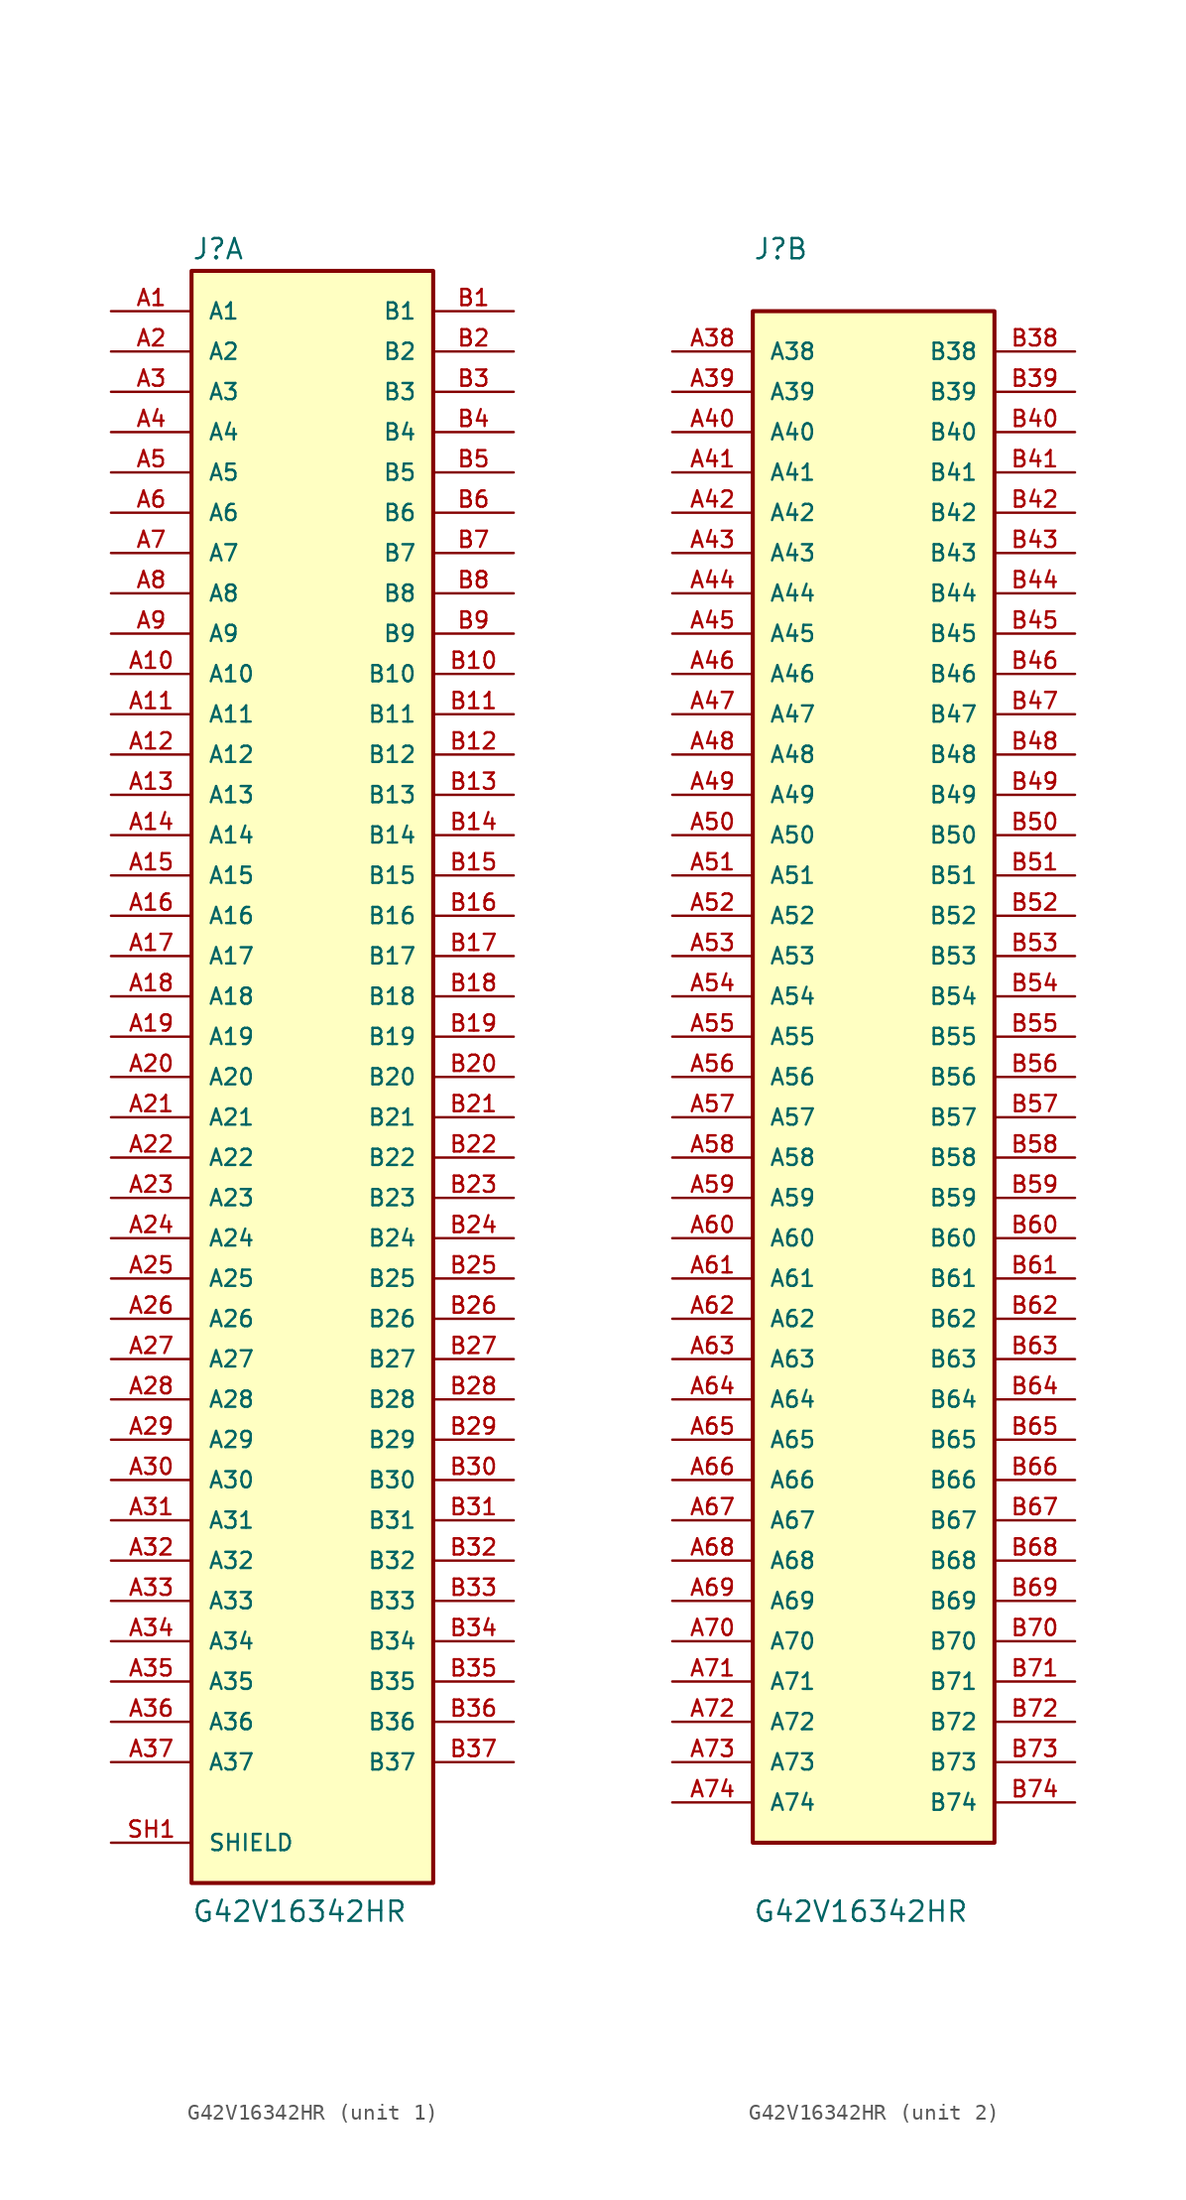
<source format=kicad_sym>
(kicad_symbol_lib
  (version 20211014)
  (generator kicad_symbol_editor)
  (symbol "G42V16342HR"
    (pin_names
      (offset 1.016))
    (property "Reference" "J"
      (at -7.62 51.435 0)
      (effects (font (size 1.27 1.27)) (justify bottom left)))
    (property "Value" "G42V16342HR"
      (at -7.62 -53.34 0)
      (effects (font (size 1.27 1.27)) (justify bottom left)))
    (symbol "G42V16342HR_1_0"
      (rectangle (start -7.62 -50.8) (end 7.62 50.8) (stroke (width 0.254)) (fill (type background)))
      (pin passive line (at -12.7 48.26 0) (length 5.08) (name "A1" (effects (font (size 1.016 1.016)))) (number "A1" (effects (font (size 1.016 1.016)))))
      (pin passive line (at 12.7 48.26 180.0) (length 5.08) (name "B1" (effects (font (size 1.016 1.016)))) (number "B1" (effects (font (size 1.016 1.016)))))
      (pin passive line (at -12.7 45.72 0) (length 5.08) (name "A2" (effects (font (size 1.016 1.016)))) (number "A2" (effects (font (size 1.016 1.016)))))
      (pin passive line (at -12.7 43.18 0) (length 5.08) (name "A3" (effects (font (size 1.016 1.016)))) (number "A3" (effects (font (size 1.016 1.016)))))
      (pin passive line (at -12.7 40.64 0) (length 5.08) (name "A4" (effects (font (size 1.016 1.016)))) (number "A4" (effects (font (size 1.016 1.016)))))
      (pin passive line (at -12.7 38.1 0) (length 5.08) (name "A5" (effects (font (size 1.016 1.016)))) (number "A5" (effects (font (size 1.016 1.016)))))
      (pin passive line (at -12.7 35.56 0) (length 5.08) (name "A6" (effects (font (size 1.016 1.016)))) (number "A6" (effects (font (size 1.016 1.016)))))
      (pin passive line (at -12.7 33.02 0) (length 5.08) (name "A7" (effects (font (size 1.016 1.016)))) (number "A7" (effects (font (size 1.016 1.016)))))
      (pin passive line (at -12.7 30.48 0) (length 5.08) (name "A8" (effects (font (size 1.016 1.016)))) (number "A8" (effects (font (size 1.016 1.016)))))
      (pin passive line (at -12.7 27.94 0) (length 5.08) (name "A9" (effects (font (size 1.016 1.016)))) (number "A9" (effects (font (size 1.016 1.016)))))
      (pin passive line (at -12.7 25.4 0) (length 5.08) (name "A10" (effects (font (size 1.016 1.016)))) (number "A10" (effects (font (size 1.016 1.016)))))
      (pin passive line (at -12.7 22.86 0) (length 5.08) (name "A11" (effects (font (size 1.016 1.016)))) (number "A11" (effects (font (size 1.016 1.016)))))
      (pin passive line (at -12.7 20.32 0) (length 5.08) (name "A12" (effects (font (size 1.016 1.016)))) (number "A12" (effects (font (size 1.016 1.016)))))
      (pin passive line (at -12.7 17.78 0) (length 5.08) (name "A13" (effects (font (size 1.016 1.016)))) (number "A13" (effects (font (size 1.016 1.016)))))
      (pin passive line (at -12.7 15.24 0) (length 5.08) (name "A14" (effects (font (size 1.016 1.016)))) (number "A14" (effects (font (size 1.016 1.016)))))
      (pin passive line (at -12.7 12.7 0) (length 5.08) (name "A15" (effects (font (size 1.016 1.016)))) (number "A15" (effects (font (size 1.016 1.016)))))
      (pin passive line (at -12.7 10.16 0) (length 5.08) (name "A16" (effects (font (size 1.016 1.016)))) (number "A16" (effects (font (size 1.016 1.016)))))
      (pin passive line (at -12.7 7.62 0) (length 5.08) (name "A17" (effects (font (size 1.016 1.016)))) (number "A17" (effects (font (size 1.016 1.016)))))
      (pin passive line (at -12.7 5.08 0) (length 5.08) (name "A18" (effects (font (size 1.016 1.016)))) (number "A18" (effects (font (size 1.016 1.016)))))
      (pin passive line (at -12.7 2.54 0) (length 5.08) (name "A19" (effects (font (size 1.016 1.016)))) (number "A19" (effects (font (size 1.016 1.016)))))
      (pin passive line (at -12.7 0.0 0) (length 5.08) (name "A20" (effects (font (size 1.016 1.016)))) (number "A20" (effects (font (size 1.016 1.016)))))
      (pin passive line (at -12.7 -2.54 0) (length 5.08) (name "A21" (effects (font (size 1.016 1.016)))) (number "A21" (effects (font (size 1.016 1.016)))))
      (pin passive line (at -12.7 -5.08 0) (length 5.08) (name "A22" (effects (font (size 1.016 1.016)))) (number "A22" (effects (font (size 1.016 1.016)))))
      (pin passive line (at -12.7 -7.62 0) (length 5.08) (name "A23" (effects (font (size 1.016 1.016)))) (number "A23" (effects (font (size 1.016 1.016)))))
      (pin passive line (at -12.7 -10.16 0) (length 5.08) (name "A24" (effects (font (size 1.016 1.016)))) (number "A24" (effects (font (size 1.016 1.016)))))
      (pin passive line (at -12.7 -12.7 0) (length 5.08) (name "A25" (effects (font (size 1.016 1.016)))) (number "A25" (effects (font (size 1.016 1.016)))))
      (pin passive line (at -12.7 -15.24 0) (length 5.08) (name "A26" (effects (font (size 1.016 1.016)))) (number "A26" (effects (font (size 1.016 1.016)))))
      (pin passive line (at -12.7 -17.78 0) (length 5.08) (name "A27" (effects (font (size 1.016 1.016)))) (number "A27" (effects (font (size 1.016 1.016)))))
      (pin passive line (at -12.7 -20.32 0) (length 5.08) (name "A28" (effects (font (size 1.016 1.016)))) (number "A28" (effects (font (size 1.016 1.016)))))
      (pin passive line (at 12.7 45.72 180.0) (length 5.08) (name "B2" (effects (font (size 1.016 1.016)))) (number "B2" (effects (font (size 1.016 1.016)))))
      (pin passive line (at 12.7 43.18 180.0) (length 5.08) (name "B3" (effects (font (size 1.016 1.016)))) (number "B3" (effects (font (size 1.016 1.016)))))
      (pin passive line (at 12.7 40.64 180.0) (length 5.08) (name "B4" (effects (font (size 1.016 1.016)))) (number "B4" (effects (font (size 1.016 1.016)))))
      (pin passive line (at 12.7 38.1 180.0) (length 5.08) (name "B5" (effects (font (size 1.016 1.016)))) (number "B5" (effects (font (size 1.016 1.016)))))
      (pin passive line (at 12.7 35.56 180.0) (length 5.08) (name "B6" (effects (font (size 1.016 1.016)))) (number "B6" (effects (font (size 1.016 1.016)))))
      (pin passive line (at 12.7 33.02 180.0) (length 5.08) (name "B7" (effects (font (size 1.016 1.016)))) (number "B7" (effects (font (size 1.016 1.016)))))
      (pin passive line (at 12.7 30.48 180.0) (length 5.08) (name "B8" (effects (font (size 1.016 1.016)))) (number "B8" (effects (font (size 1.016 1.016)))))
      (pin passive line (at 12.7 27.94 180.0) (length 5.08) (name "B9" (effects (font (size 1.016 1.016)))) (number "B9" (effects (font (size 1.016 1.016)))))
      (pin passive line (at 12.7 25.4 180.0) (length 5.08) (name "B10" (effects (font (size 1.016 1.016)))) (number "B10" (effects (font (size 1.016 1.016)))))
      (pin passive line (at 12.7 22.86 180.0) (length 5.08) (name "B11" (effects (font (size 1.016 1.016)))) (number "B11" (effects (font (size 1.016 1.016)))))
      (pin passive line (at 12.7 20.32 180.0) (length 5.08) (name "B12" (effects (font (size 1.016 1.016)))) (number "B12" (effects (font (size 1.016 1.016)))))
      (pin passive line (at 12.7 17.78 180.0) (length 5.08) (name "B13" (effects (font (size 1.016 1.016)))) (number "B13" (effects (font (size 1.016 1.016)))))
      (pin passive line (at 12.7 15.24 180.0) (length 5.08) (name "B14" (effects (font (size 1.016 1.016)))) (number "B14" (effects (font (size 1.016 1.016)))))
      (pin passive line (at 12.7 12.7 180.0) (length 5.08) (name "B15" (effects (font (size 1.016 1.016)))) (number "B15" (effects (font (size 1.016 1.016)))))
      (pin passive line (at 12.7 10.16 180.0) (length 5.08) (name "B16" (effects (font (size 1.016 1.016)))) (number "B16" (effects (font (size 1.016 1.016)))))
      (pin passive line (at 12.7 7.62 180.0) (length 5.08) (name "B17" (effects (font (size 1.016 1.016)))) (number "B17" (effects (font (size 1.016 1.016)))))
      (pin passive line (at 12.7 5.08 180.0) (length 5.08) (name "B18" (effects (font (size 1.016 1.016)))) (number "B18" (effects (font (size 1.016 1.016)))))
      (pin passive line (at 12.7 2.54 180.0) (length 5.08) (name "B19" (effects (font (size 1.016 1.016)))) (number "B19" (effects (font (size 1.016 1.016)))))
      (pin passive line (at 12.7 0.0 180.0) (length 5.08) (name "B20" (effects (font (size 1.016 1.016)))) (number "B20" (effects (font (size 1.016 1.016)))))
      (pin passive line (at 12.7 -2.54 180.0) (length 5.08) (name "B21" (effects (font (size 1.016 1.016)))) (number "B21" (effects (font (size 1.016 1.016)))))
      (pin passive line (at 12.7 -5.08 180.0) (length 5.08) (name "B22" (effects (font (size 1.016 1.016)))) (number "B22" (effects (font (size 1.016 1.016)))))
      (pin passive line (at 12.7 -7.62 180.0) (length 5.08) (name "B23" (effects (font (size 1.016 1.016)))) (number "B23" (effects (font (size 1.016 1.016)))))
      (pin passive line (at 12.7 -10.16 180.0) (length 5.08) (name "B24" (effects (font (size 1.016 1.016)))) (number "B24" (effects (font (size 1.016 1.016)))))
      (pin passive line (at 12.7 -12.7 180.0) (length 5.08) (name "B25" (effects (font (size 1.016 1.016)))) (number "B25" (effects (font (size 1.016 1.016)))))
      (pin passive line (at 12.7 -15.24 180.0) (length 5.08) (name "B26" (effects (font (size 1.016 1.016)))) (number "B26" (effects (font (size 1.016 1.016)))))
      (pin passive line (at 12.7 -17.78 180.0) (length 5.08) (name "B27" (effects (font (size 1.016 1.016)))) (number "B27" (effects (font (size 1.016 1.016)))))
      (pin passive line (at 12.7 -20.32 180.0) (length 5.08) (name "B28" (effects (font (size 1.016 1.016)))) (number "B28" (effects (font (size 1.016 1.016)))))
      (pin passive line (at -12.7 -48.26 0) (length 5.08) (name "SHIELD" (effects (font (size 1.016 1.016)))) (number "SH1" (effects (font (size 1.016 1.016)))))
      (pin passive line (at -12.7 -48.26 0) (length 5.08) hide (name "SHIELD" (effects (font (size 1.016 1.016)))) (number "SH2" (effects (font (size 1.016 1.016)))))
      (pin passive line (at -12.7 -48.26 0) (length 5.08) hide (name "SHIELD" (effects (font (size 1.016 1.016)))) (number "SH3" (effects (font (size 1.016 1.016)))))
      (pin passive line (at -12.7 -48.26 0) (length 5.08) hide (name "SHIELD" (effects (font (size 1.016 1.016)))) (number "SH4" (effects (font (size 1.016 1.016)))))
      (pin passive line (at -12.7 -48.26 0) (length 5.08) hide (name "SHIELD" (effects (font (size 1.016 1.016)))) (number "SH5" (effects (font (size 1.016 1.016)))))
      (pin passive line (at -12.7 -22.86 0) (length 5.08) (name "A29" (effects (font (size 1.016 1.016)))) (number "A29" (effects (font (size 1.016 1.016)))))
      (pin passive line (at -12.7 -25.4 0) (length 5.08) (name "A30" (effects (font (size 1.016 1.016)))) (number "A30" (effects (font (size 1.016 1.016)))))
      (pin passive line (at -12.7 -27.94 0) (length 5.08) (name "A31" (effects (font (size 1.016 1.016)))) (number "A31" (effects (font (size 1.016 1.016)))))
      (pin passive line (at -12.7 -30.48 0) (length 5.08) (name "A32" (effects (font (size 1.016 1.016)))) (number "A32" (effects (font (size 1.016 1.016)))))
      (pin passive line (at -12.7 -33.02 0) (length 5.08) (name "A33" (effects (font (size 1.016 1.016)))) (number "A33" (effects (font (size 1.016 1.016)))))
      (pin passive line (at -12.7 -35.56 0) (length 5.08) (name "A34" (effects (font (size 1.016 1.016)))) (number "A34" (effects (font (size 1.016 1.016)))))
      (pin passive line (at 12.7 -22.86 180.0) (length 5.08) (name "B29" (effects (font (size 1.016 1.016)))) (number "B29" (effects (font (size 1.016 1.016)))))
      (pin passive line (at 12.7 -25.4 180.0) (length 5.08) (name "B30" (effects (font (size 1.016 1.016)))) (number "B30" (effects (font (size 1.016 1.016)))))
      (pin passive line (at 12.7 -27.94 180.0) (length 5.08) (name "B31" (effects (font (size 1.016 1.016)))) (number "B31" (effects (font (size 1.016 1.016)))))
      (pin passive line (at 12.7 -30.48 180.0) (length 5.08) (name "B32" (effects (font (size 1.016 1.016)))) (number "B32" (effects (font (size 1.016 1.016)))))
      (pin passive line (at 12.7 -33.02 180.0) (length 5.08) (name "B33" (effects (font (size 1.016 1.016)))) (number "B33" (effects (font (size 1.016 1.016)))))
      (pin passive line (at 12.7 -35.56 180.0) (length 5.08) (name "B34" (effects (font (size 1.016 1.016)))) (number "B34" (effects (font (size 1.016 1.016)))))
      (pin passive line (at -12.7 -38.1 0) (length 5.08) (name "A35" (effects (font (size 1.016 1.016)))) (number "A35" (effects (font (size 1.016 1.016)))))
      (pin passive line (at -12.7 -40.64 0) (length 5.08) (name "A36" (effects (font (size 1.016 1.016)))) (number "A36" (effects (font (size 1.016 1.016)))))
      (pin passive line (at -12.7 -43.18 0) (length 5.08) (name "A37" (effects (font (size 1.016 1.016)))) (number "A37" (effects (font (size 1.016 1.016)))))
      (pin passive line (at 12.7 -38.1 180.0) (length 5.08) (name "B35" (effects (font (size 1.016 1.016)))) (number "B35" (effects (font (size 1.016 1.016)))))
      (pin passive line (at 12.7 -40.64 180.0) (length 5.08) (name "B36" (effects (font (size 1.016 1.016)))) (number "B36" (effects (font (size 1.016 1.016)))))
      (pin passive line (at 12.7 -43.18 180.0) (length 5.08) (name "B37" (effects (font (size 1.016 1.016)))) (number "B37" (effects (font (size 1.016 1.016))))))
    (symbol "G42V16342HR_2_0"
      (rectangle (start -7.62 -48.26) (end 7.62 48.26) (stroke (width 0.254)) (fill (type background)))
      (pin passive line (at -12.7 45.72 0) (length 5.08) (name "A38" (effects (font (size 1.016 1.016)))) (number "A38" (effects (font (size 1.016 1.016)))))
      (pin passive line (at 12.7 45.72 180.0) (length 5.08) (name "B38" (effects (font (size 1.016 1.016)))) (number "B38" (effects (font (size 1.016 1.016)))))
      (pin passive line (at -12.7 43.18 0) (length 5.08) (name "A39" (effects (font (size 1.016 1.016)))) (number "A39" (effects (font (size 1.016 1.016)))))
      (pin passive line (at -12.7 40.64 0) (length 5.08) (name "A40" (effects (font (size 1.016 1.016)))) (number "A40" (effects (font (size 1.016 1.016)))))
      (pin passive line (at -12.7 38.1 0) (length 5.08) (name "A41" (effects (font (size 1.016 1.016)))) (number "A41" (effects (font (size 1.016 1.016)))))
      (pin passive line (at -12.7 35.56 0) (length 5.08) (name "A42" (effects (font (size 1.016 1.016)))) (number "A42" (effects (font (size 1.016 1.016)))))
      (pin passive line (at -12.7 33.02 0) (length 5.08) (name "A43" (effects (font (size 1.016 1.016)))) (number "A43" (effects (font (size 1.016 1.016)))))
      (pin passive line (at -12.7 30.48 0) (length 5.08) (name "A44" (effects (font (size 1.016 1.016)))) (number "A44" (effects (font (size 1.016 1.016)))))
      (pin passive line (at -12.7 27.94 0) (length 5.08) (name "A45" (effects (font (size 1.016 1.016)))) (number "A45" (effects (font (size 1.016 1.016)))))
      (pin passive line (at -12.7 25.4 0) (length 5.08) (name "A46" (effects (font (size 1.016 1.016)))) (number "A46" (effects (font (size 1.016 1.016)))))
      (pin passive line (at -12.7 22.86 0) (length 5.08) (name "A47" (effects (font (size 1.016 1.016)))) (number "A47" (effects (font (size 1.016 1.016)))))
      (pin passive line (at -12.7 20.32 0) (length 5.08) (name "A48" (effects (font (size 1.016 1.016)))) (number "A48" (effects (font (size 1.016 1.016)))))
      (pin passive line (at -12.7 17.78 0) (length 5.08) (name "A49" (effects (font (size 1.016 1.016)))) (number "A49" (effects (font (size 1.016 1.016)))))
      (pin passive line (at -12.7 15.24 0) (length 5.08) (name "A50" (effects (font (size 1.016 1.016)))) (number "A50" (effects (font (size 1.016 1.016)))))
      (pin passive line (at -12.7 12.7 0) (length 5.08) (name "A51" (effects (font (size 1.016 1.016)))) (number "A51" (effects (font (size 1.016 1.016)))))
      (pin passive line (at -12.7 10.16 0) (length 5.08) (name "A52" (effects (font (size 1.016 1.016)))) (number "A52" (effects (font (size 1.016 1.016)))))
      (pin passive line (at -12.7 7.62 0) (length 5.08) (name "A53" (effects (font (size 1.016 1.016)))) (number "A53" (effects (font (size 1.016 1.016)))))
      (pin passive line (at -12.7 5.08 0) (length 5.08) (name "A54" (effects (font (size 1.016 1.016)))) (number "A54" (effects (font (size 1.016 1.016)))))
      (pin passive line (at -12.7 2.54 0) (length 5.08) (name "A55" (effects (font (size 1.016 1.016)))) (number "A55" (effects (font (size 1.016 1.016)))))
      (pin passive line (at -12.7 0.0 0) (length 5.08) (name "A56" (effects (font (size 1.016 1.016)))) (number "A56" (effects (font (size 1.016 1.016)))))
      (pin passive line (at -12.7 -2.54 0) (length 5.08) (name "A57" (effects (font (size 1.016 1.016)))) (number "A57" (effects (font (size 1.016 1.016)))))
      (pin passive line (at -12.7 -5.08 0) (length 5.08) (name "A58" (effects (font (size 1.016 1.016)))) (number "A58" (effects (font (size 1.016 1.016)))))
      (pin passive line (at -12.7 -7.62 0) (length 5.08) (name "A59" (effects (font (size 1.016 1.016)))) (number "A59" (effects (font (size 1.016 1.016)))))
      (pin passive line (at -12.7 -10.16 0) (length 5.08) (name "A60" (effects (font (size 1.016 1.016)))) (number "A60" (effects (font (size 1.016 1.016)))))
      (pin passive line (at -12.7 -12.7 0) (length 5.08) (name "A61" (effects (font (size 1.016 1.016)))) (number "A61" (effects (font (size 1.016 1.016)))))
      (pin passive line (at -12.7 -15.24 0) (length 5.08) (name "A62" (effects (font (size 1.016 1.016)))) (number "A62" (effects (font (size 1.016 1.016)))))
      (pin passive line (at 12.7 43.18 180.0) (length 5.08) (name "B39" (effects (font (size 1.016 1.016)))) (number "B39" (effects (font (size 1.016 1.016)))))
      (pin passive line (at 12.7 40.64 180.0) (length 5.08) (name "B40" (effects (font (size 1.016 1.016)))) (number "B40" (effects (font (size 1.016 1.016)))))
      (pin passive line (at 12.7 38.1 180.0) (length 5.08) (name "B41" (effects (font (size 1.016 1.016)))) (number "B41" (effects (font (size 1.016 1.016)))))
      (pin passive line (at 12.7 35.56 180.0) (length 5.08) (name "B42" (effects (font (size 1.016 1.016)))) (number "B42" (effects (font (size 1.016 1.016)))))
      (pin passive line (at 12.7 33.02 180.0) (length 5.08) (name "B43" (effects (font (size 1.016 1.016)))) (number "B43" (effects (font (size 1.016 1.016)))))
      (pin passive line (at 12.7 30.48 180.0) (length 5.08) (name "B44" (effects (font (size 1.016 1.016)))) (number "B44" (effects (font (size 1.016 1.016)))))
      (pin passive line (at 12.7 27.94 180.0) (length 5.08) (name "B45" (effects (font (size 1.016 1.016)))) (number "B45" (effects (font (size 1.016 1.016)))))
      (pin passive line (at 12.7 25.4 180.0) (length 5.08) (name "B46" (effects (font (size 1.016 1.016)))) (number "B46" (effects (font (size 1.016 1.016)))))
      (pin passive line (at 12.7 22.86 180.0) (length 5.08) (name "B47" (effects (font (size 1.016 1.016)))) (number "B47" (effects (font (size 1.016 1.016)))))
      (pin passive line (at 12.7 20.32 180.0) (length 5.08) (name "B48" (effects (font (size 1.016 1.016)))) (number "B48" (effects (font (size 1.016 1.016)))))
      (pin passive line (at 12.7 17.78 180.0) (length 5.08) (name "B49" (effects (font (size 1.016 1.016)))) (number "B49" (effects (font (size 1.016 1.016)))))
      (pin passive line (at 12.7 15.24 180.0) (length 5.08) (name "B50" (effects (font (size 1.016 1.016)))) (number "B50" (effects (font (size 1.016 1.016)))))
      (pin passive line (at 12.7 12.7 180.0) (length 5.08) (name "B51" (effects (font (size 1.016 1.016)))) (number "B51" (effects (font (size 1.016 1.016)))))
      (pin passive line (at 12.7 10.16 180.0) (length 5.08) (name "B52" (effects (font (size 1.016 1.016)))) (number "B52" (effects (font (size 1.016 1.016)))))
      (pin passive line (at 12.7 7.62 180.0) (length 5.08) (name "B53" (effects (font (size 1.016 1.016)))) (number "B53" (effects (font (size 1.016 1.016)))))
      (pin passive line (at 12.7 5.08 180.0) (length 5.08) (name "B54" (effects (font (size 1.016 1.016)))) (number "B54" (effects (font (size 1.016 1.016)))))
      (pin passive line (at 12.7 2.54 180.0) (length 5.08) (name "B55" (effects (font (size 1.016 1.016)))) (number "B55" (effects (font (size 1.016 1.016)))))
      (pin passive line (at 12.7 0.0 180.0) (length 5.08) (name "B56" (effects (font (size 1.016 1.016)))) (number "B56" (effects (font (size 1.016 1.016)))))
      (pin passive line (at 12.7 -2.54 180.0) (length 5.08) (name "B57" (effects (font (size 1.016 1.016)))) (number "B57" (effects (font (size 1.016 1.016)))))
      (pin passive line (at 12.7 -5.08 180.0) (length 5.08) (name "B58" (effects (font (size 1.016 1.016)))) (number "B58" (effects (font (size 1.016 1.016)))))
      (pin passive line (at 12.7 -7.62 180.0) (length 5.08) (name "B59" (effects (font (size 1.016 1.016)))) (number "B59" (effects (font (size 1.016 1.016)))))
      (pin passive line (at 12.7 -10.16 180.0) (length 5.08) (name "B60" (effects (font (size 1.016 1.016)))) (number "B60" (effects (font (size 1.016 1.016)))))
      (pin passive line (at 12.7 -12.7 180.0) (length 5.08) (name "B61" (effects (font (size 1.016 1.016)))) (number "B61" (effects (font (size 1.016 1.016)))))
      (pin passive line (at 12.7 -15.24 180.0) (length 5.08) (name "B62" (effects (font (size 1.016 1.016)))) (number "B62" (effects (font (size 1.016 1.016)))))
      (pin passive line (at -12.7 -17.78 0) (length 5.08) (name "A63" (effects (font (size 1.016 1.016)))) (number "A63" (effects (font (size 1.016 1.016)))))
      (pin passive line (at -12.7 -20.32 0) (length 5.08) (name "A64" (effects (font (size 1.016 1.016)))) (number "A64" (effects (font (size 1.016 1.016)))))
      (pin passive line (at -12.7 -22.86 0) (length 5.08) (name "A65" (effects (font (size 1.016 1.016)))) (number "A65" (effects (font (size 1.016 1.016)))))
      (pin passive line (at -12.7 -25.4 0) (length 5.08) (name "A66" (effects (font (size 1.016 1.016)))) (number "A66" (effects (font (size 1.016 1.016)))))
      (pin passive line (at -12.7 -27.94 0) (length 5.08) (name "A67" (effects (font (size 1.016 1.016)))) (number "A67" (effects (font (size 1.016 1.016)))))
      (pin passive line (at -12.7 -30.48 0) (length 5.08) (name "A68" (effects (font (size 1.016 1.016)))) (number "A68" (effects (font (size 1.016 1.016)))))
      (pin passive line (at -12.7 -33.02 0) (length 5.08) (name "A69" (effects (font (size 1.016 1.016)))) (number "A69" (effects (font (size 1.016 1.016)))))
      (pin passive line (at -12.7 -35.56 0) (length 5.08) (name "A70" (effects (font (size 1.016 1.016)))) (number "A70" (effects (font (size 1.016 1.016)))))
      (pin passive line (at -12.7 -38.1 0) (length 5.08) (name "A71" (effects (font (size 1.016 1.016)))) (number "A71" (effects (font (size 1.016 1.016)))))
      (pin passive line (at -12.7 -40.64 0) (length 5.08) (name "A72" (effects (font (size 1.016 1.016)))) (number "A72" (effects (font (size 1.016 1.016)))))
      (pin passive line (at -12.7 -43.18 0) (length 5.08) (name "A73" (effects (font (size 1.016 1.016)))) (number "A73" (effects (font (size 1.016 1.016)))))
      (pin passive line (at -12.7 -45.72 0) (length 5.08) (name "A74" (effects (font (size 1.016 1.016)))) (number "A74" (effects (font (size 1.016 1.016)))))
      (pin passive line (at 12.7 -17.78 180.0) (length 5.08) (name "B63" (effects (font (size 1.016 1.016)))) (number "B63" (effects (font (size 1.016 1.016)))))
      (pin passive line (at 12.7 -20.32 180.0) (length 5.08) (name "B64" (effects (font (size 1.016 1.016)))) (number "B64" (effects (font (size 1.016 1.016)))))
      (pin passive line (at 12.7 -22.86 180.0) (length 5.08) (name "B65" (effects (font (size 1.016 1.016)))) (number "B65" (effects (font (size 1.016 1.016)))))
      (pin passive line (at 12.7 -25.4 180.0) (length 5.08) (name "B66" (effects (font (size 1.016 1.016)))) (number "B66" (effects (font (size 1.016 1.016)))))
      (pin passive line (at 12.7 -27.94 180.0) (length 5.08) (name "B67" (effects (font (size 1.016 1.016)))) (number "B67" (effects (font (size 1.016 1.016)))))
      (pin passive line (at 12.7 -30.48 180.0) (length 5.08) (name "B68" (effects (font (size 1.016 1.016)))) (number "B68" (effects (font (size 1.016 1.016)))))
      (pin passive line (at 12.7 -33.02 180.0) (length 5.08) (name "B69" (effects (font (size 1.016 1.016)))) (number "B69" (effects (font (size 1.016 1.016)))))
      (pin passive line (at 12.7 -35.56 180.0) (length 5.08) (name "B70" (effects (font (size 1.016 1.016)))) (number "B70" (effects (font (size 1.016 1.016)))))
      (pin passive line (at 12.7 -38.1 180.0) (length 5.08) (name "B71" (effects (font (size 1.016 1.016)))) (number "B71" (effects (font (size 1.016 1.016)))))
      (pin passive line (at 12.7 -40.64 180.0) (length 5.08) (name "B72" (effects (font (size 1.016 1.016)))) (number "B72" (effects (font (size 1.016 1.016)))))
      (pin passive line (at 12.7 -43.18 180.0) (length 5.08) (name "B73" (effects (font (size 1.016 1.016)))) (number "B73" (effects (font (size 1.016 1.016)))))
      (pin passive line (at 12.7 -45.72 180.0) (length 5.08) (name "B74" (effects (font (size 1.016 1.016)))) (number "B74" (effects (font (size 1.016 1.016))))))))
</source>
